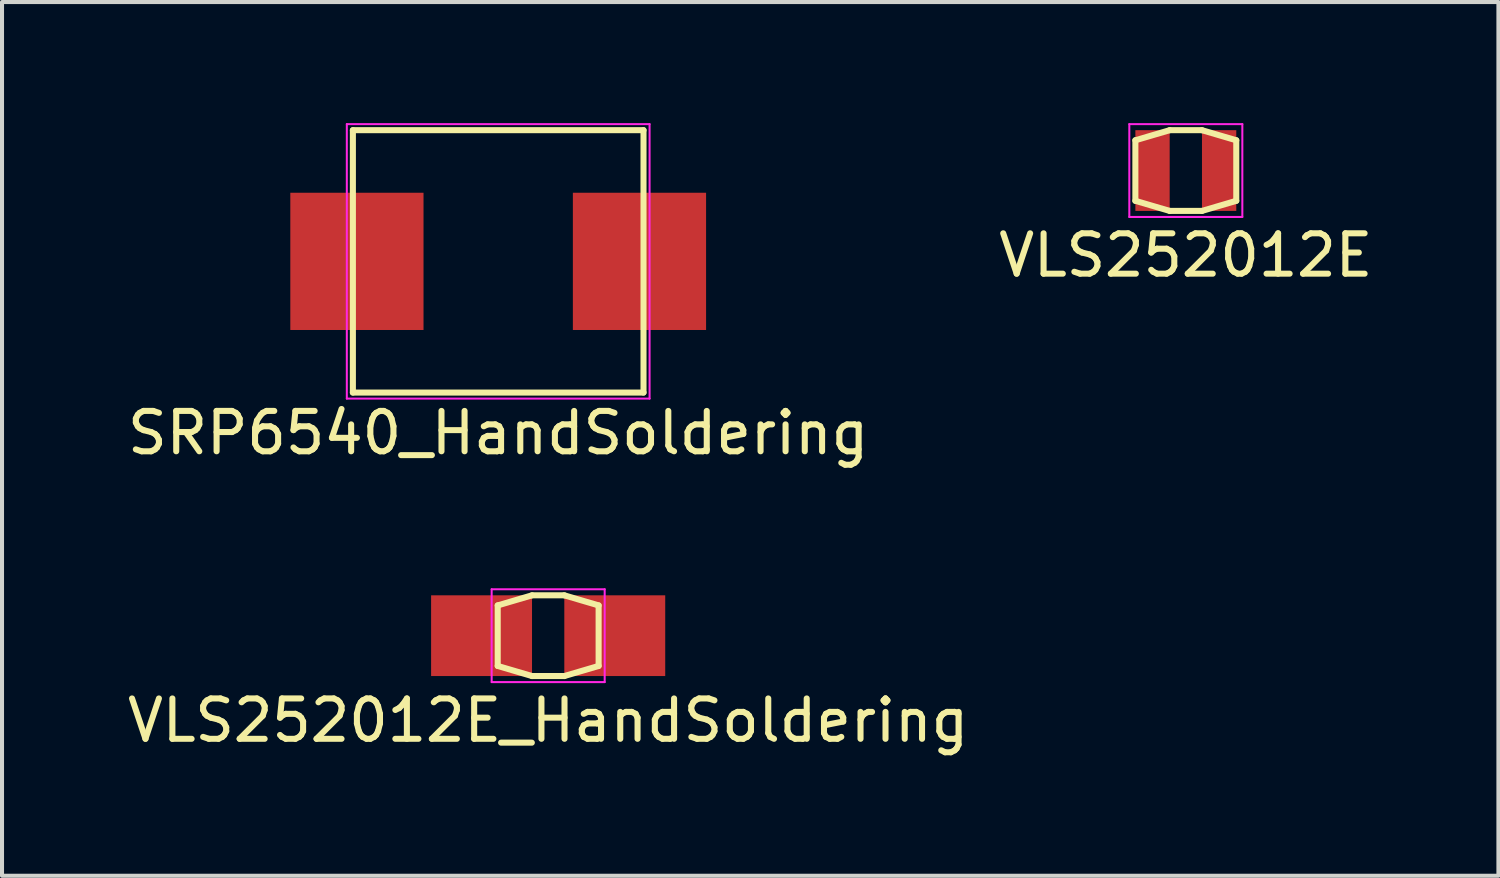
<source format=kicad_pcb>
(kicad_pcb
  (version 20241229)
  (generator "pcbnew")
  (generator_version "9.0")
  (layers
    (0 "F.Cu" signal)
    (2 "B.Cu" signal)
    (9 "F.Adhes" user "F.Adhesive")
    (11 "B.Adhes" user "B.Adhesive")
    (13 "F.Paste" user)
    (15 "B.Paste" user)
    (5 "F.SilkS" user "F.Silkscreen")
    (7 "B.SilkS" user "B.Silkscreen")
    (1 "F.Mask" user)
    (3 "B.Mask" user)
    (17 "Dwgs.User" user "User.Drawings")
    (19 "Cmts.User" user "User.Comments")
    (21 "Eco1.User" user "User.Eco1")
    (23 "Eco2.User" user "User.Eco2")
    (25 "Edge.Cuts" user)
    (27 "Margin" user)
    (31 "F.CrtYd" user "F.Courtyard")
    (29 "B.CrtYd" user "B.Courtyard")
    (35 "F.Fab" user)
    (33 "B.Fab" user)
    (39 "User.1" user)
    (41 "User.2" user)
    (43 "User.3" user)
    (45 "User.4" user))
  (footprint "VLS252012E_HandSoldering"
    (layer "F.Cu")
    (at 10.53 12.698)
    (property "Reference" "VLS252012E_HandSoldering" (at 0 2.1 0) (layer "F.SilkS") (effects (font (size 1 1) (thickness 0.15))))
    (attr smd)
    (fp_line (start -1.25 -0.75) (end -1.25 0.75) (stroke (width 0.15) (type solid)) (layer "F.SilkS"))
    (fp_line (start -1.25 -0.75) (end -0.4 -1) (stroke (width 0.15) (type solid)) (layer "F.SilkS"))
    (fp_line (start -0.4 -1) (end 0.4 -1) (stroke (width 0.15) (type solid)) (layer "F.SilkS"))
    (fp_line (start -0.4 1) (end -1.25 0.75) (stroke (width 0.15) (type solid)) (layer "F.SilkS"))
    (fp_line (start 0.4 -1) (end 1.25 -0.75) (stroke (width 0.15) (type solid)) (layer "F.SilkS"))
    (fp_line (start 0.4 1) (end -0.4 1) (stroke (width 0.15) (type solid)) (layer "F.SilkS"))
    (fp_line (start 1.25 -0.75) (end 1.25 0.75) (stroke (width 0.15) (type solid)) (layer "F.SilkS"))
    (fp_line (start 1.25 0.75) (end 0.4 1) (stroke (width 0.15) (type solid)) (layer "F.SilkS"))
    (fp_line (start -1.4 -1.15) (end 1.4 -1.15) (stroke (width 0.05) (type solid)) (layer "F.CrtYd"))
    (fp_line (start -1.4 1.15) (end -1.4 -1.15) (stroke (width 0.05) (type solid)) (layer "F.CrtYd"))
    (fp_line (start 1.4 -1.15) (end 1.4 1.15) (stroke (width 0.05) (type solid)) (layer "F.CrtYd"))
    (fp_line (start 1.4 1.15) (end -1.4 1.15) (stroke (width 0.05) (type solid)) (layer "F.CrtYd"))
    (pad "1" smd rect (at -1.65 0) (size 2.5 2) (layers "F.Cu" "F.Mask" "F.Paste"))
    (pad "2" smd rect (at 1.65 0) (size 2.5 2) (layers "F.Cu" "F.Mask" "F.Paste")))
  (footprint "VLS252012E"
    (layer "F.Cu")
    (at 26.327 1.175)
    (property "Reference" "VLS252012E" (at 0 2.1 0) (layer "F.SilkS") (effects (font (size 1 1) (thickness 0.15))))
    (attr smd)
    (fp_line (start -1.25 -0.75) (end -1.25 0.75) (stroke (width 0.15) (type solid)) (layer "F.SilkS"))
    (fp_line (start -1.25 -0.75) (end -0.4 -1) (stroke (width 0.15) (type solid)) (layer "F.SilkS"))
    (fp_line (start -0.4 -1) (end 0.4 -1) (stroke (width 0.15) (type solid)) (layer "F.SilkS"))
    (fp_line (start -0.4 1) (end -1.25 0.75) (stroke (width 0.15) (type solid)) (layer "F.SilkS"))
    (fp_line (start 0.4 -1) (end 1.25 -0.75) (stroke (width 0.15) (type solid)) (layer "F.SilkS"))
    (fp_line (start 0.4 1) (end -0.4 1) (stroke (width 0.15) (type solid)) (layer "F.SilkS"))
    (fp_line (start 1.25 -0.75) (end 1.25 0.75) (stroke (width 0.15) (type solid)) (layer "F.SilkS"))
    (fp_line (start 1.25 0.75) (end 0.4 1) (stroke (width 0.15) (type solid)) (layer "F.SilkS"))
    (fp_line (start -1.4 -1.15) (end 1.4 -1.15) (stroke (width 0.05) (type solid)) (layer "F.CrtYd"))
    (fp_line (start -1.4 1.15) (end -1.4 -1.15) (stroke (width 0.05) (type solid)) (layer "F.CrtYd"))
    (fp_line (start 1.4 -1.15) (end 1.4 1.15) (stroke (width 0.05) (type solid)) (layer "F.CrtYd"))
    (fp_line (start 1.4 1.15) (end -1.4 1.15) (stroke (width 0.05) (type solid)) (layer "F.CrtYd"))
    (pad "1" smd rect (at -0.825 0) (size 0.85 2) (layers "F.Cu" "F.Mask" "F.Paste"))
    (pad "2" smd rect (at 0.825 0) (size 0.85 2) (layers "F.Cu" "F.Mask" "F.Paste")))
  (footprint "SRP6540_HandSoldering"
    (layer "F.Cu")
    (at 9.292 3.425)
    (property "Reference" "SRP6540_HandSoldering" (at 0 4.25 0) (layer "F.SilkS") (effects (font (size 1 1) (thickness 0.15))))
    (attr smd)
    (fp_line (start -3.6 -3.25) (end -3.6 3.25) (stroke (width 0.15) (type solid)) (layer "F.SilkS"))
    (fp_line (start -3.6 -3.25) (end 3.6 -3.25) (stroke (width 0.15) (type solid)) (layer "F.SilkS"))
    (fp_line (start 3.6 -3.25) (end 3.6 3.25) (stroke (width 0.15) (type solid)) (layer "F.SilkS"))
    (fp_line (start 3.6 3.25) (end -3.6 3.25) (stroke (width 0.15) (type solid)) (layer "F.SilkS"))
    (fp_line (start -3.75 -3.4) (end 3.75 -3.4) (stroke (width 0.05) (type solid)) (layer "F.CrtYd"))
    (fp_line (start -3.75 3.4) (end -3.75 -3.4) (stroke (width 0.05) (type solid)) (layer "F.CrtYd"))
    (fp_line (start 3.75 -3.4) (end 3.75 3.4) (stroke (width 0.05) (type solid)) (layer "F.CrtYd"))
    (fp_line (start 3.75 3.4) (end -3.75 3.4) (stroke (width 0.05) (type solid)) (layer "F.CrtYd"))
    (pad "1" smd rect (at -3.5 0) (size 3.3 3.4) (layers "F.Cu" "F.Mask" "F.Paste"))
    (pad "2" smd rect (at 3.5 0) (size 3.3 3.4) (layers "F.Cu" "F.Mask" "F.Paste")))
  (gr_rect
    (start -3 -3)
    (end 34.071 18.646)
    (stroke (width 0.1) (type default))
    (fill no)
    (layer "Edge.Cuts")))
</source>
